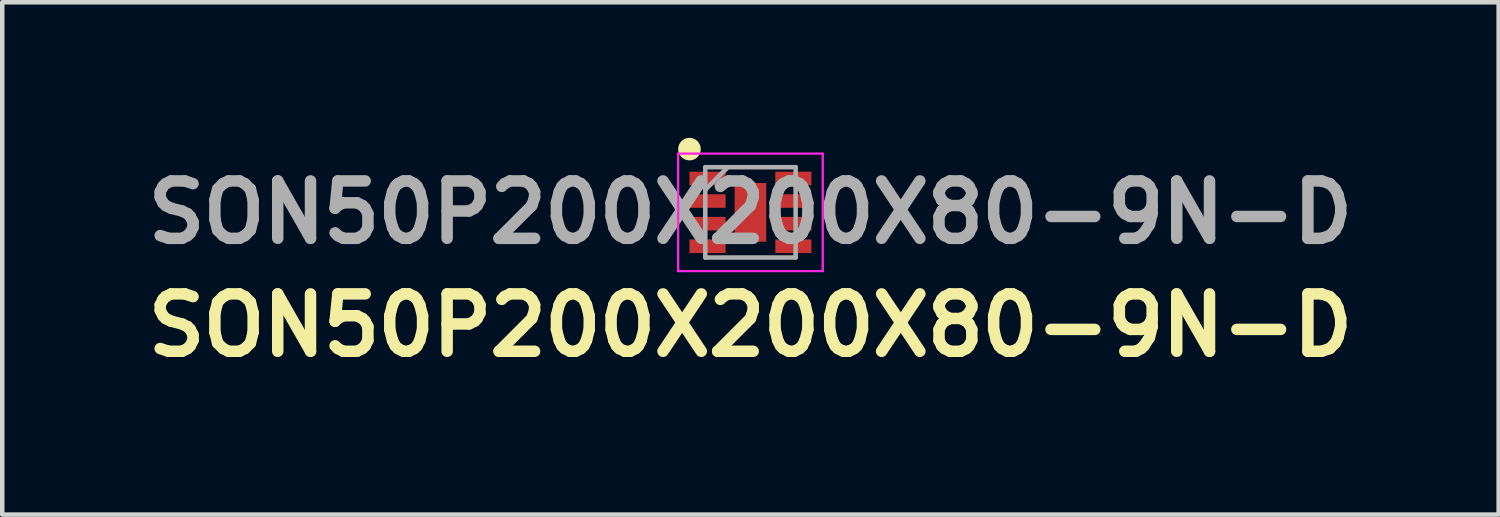
<source format=kicad_pcb>
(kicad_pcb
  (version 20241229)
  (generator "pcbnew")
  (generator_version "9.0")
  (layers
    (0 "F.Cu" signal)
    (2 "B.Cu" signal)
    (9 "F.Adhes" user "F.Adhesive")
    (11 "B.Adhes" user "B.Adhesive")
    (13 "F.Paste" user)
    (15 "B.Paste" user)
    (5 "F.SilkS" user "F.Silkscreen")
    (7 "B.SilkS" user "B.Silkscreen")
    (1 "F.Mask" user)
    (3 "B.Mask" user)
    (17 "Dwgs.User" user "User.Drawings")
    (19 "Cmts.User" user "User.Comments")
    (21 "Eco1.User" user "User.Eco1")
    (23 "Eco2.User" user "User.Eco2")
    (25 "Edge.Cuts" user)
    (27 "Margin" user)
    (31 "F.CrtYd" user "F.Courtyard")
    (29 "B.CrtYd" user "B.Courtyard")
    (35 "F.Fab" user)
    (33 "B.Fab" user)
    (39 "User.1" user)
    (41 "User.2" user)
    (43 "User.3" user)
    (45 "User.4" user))
  (footprint "SON50P200X200X80-9N-D"
    (layer "F.Cu")
    (at 13.559 1.65)
    (property "Reference" "SON50P200X200X80-9N-D" (at 0 2.5 0) (layer "F.SilkS") (effects (font (size 1.27 1.27) (thickness 0.254))))
    (attr smd)
    (fp_circle (center -1.35 -1.4) (end -1.35 -1.275) (stroke (width 0.25) (type solid)) (fill no) (layer "F.SilkS"))
    (fp_line (start -1.6 -1.3) (end 1.6 -1.3) (stroke (width 0.05) (type solid)) (layer "F.CrtYd"))
    (fp_line (start -1.6 1.3) (end -1.6 -1.3) (stroke (width 0.05) (type solid)) (layer "F.CrtYd"))
    (fp_line (start 1.6 -1.3) (end 1.6 1.3) (stroke (width 0.05) (type solid)) (layer "F.CrtYd"))
    (fp_line (start 1.6 1.3) (end -1.6 1.3) (stroke (width 0.05) (type solid)) (layer "F.CrtYd"))
    (fp_line (start -1 -1) (end 1 -1) (stroke (width 0.1) (type solid)) (layer "F.Fab"))
    (fp_line (start -1 -0.5) (end -0.5 -1) (stroke (width 0.1) (type solid)) (layer "F.Fab"))
    (fp_line (start -1 1) (end -1 -1) (stroke (width 0.1) (type solid)) (layer "F.Fab"))
    (fp_line (start 1 -1) (end 1 1) (stroke (width 0.1) (type solid)) (layer "F.Fab"))
    (fp_line (start 1 1) (end -1 1) (stroke (width 0.1) (type solid)) (layer "F.Fab"))
    (fp_text user "${REFERENCE}" (at 0 0 0) (layer "F.Fab") (effects (font (size 1.27 1.27) (thickness 0.254))))
    (pad "1" smd rect (at -0.95 -0.75 90) (size 0.3 0.8) (layers "F.Cu" "F.Mask" "F.Paste"))
    (pad "2" smd rect (at -0.95 -0.25 90) (size 0.3 0.8) (layers "F.Cu" "F.Mask" "F.Paste"))
    (pad "3" smd rect (at -0.95 0.25 90) (size 0.3 0.8) (layers "F.Cu" "F.Mask" "F.Paste"))
    (pad "4" smd rect (at -0.95 0.75 90) (size 0.3 0.8) (layers "F.Cu" "F.Mask" "F.Paste"))
    (pad "5" smd rect (at 0.95 0.75 90) (size 0.3 0.8) (layers "F.Cu" "F.Mask" "F.Paste"))
    (pad "6" smd rect (at 0.95 0.25 90) (size 0.3 0.8) (layers "F.Cu" "F.Mask" "F.Paste"))
    (pad "7" smd rect (at 0.95 -0.25 90) (size 0.3 0.8) (layers "F.Cu" "F.Mask" "F.Paste"))
    (pad "8" smd rect (at 0.95 -0.75 90) (size 0.3 0.8) (layers "F.Cu" "F.Mask" "F.Paste"))
    (pad "9" smd rect (at 0 0) (size 0.7 1.3) (layers "F.Cu" "F.Mask" "F.Paste")))
  (gr_rect
    (start -3 -3)
    (end 30.118 8.339)
    (stroke (width 0.1) (type default))
    (fill no)
    (layer "Edge.Cuts")))
</source>
